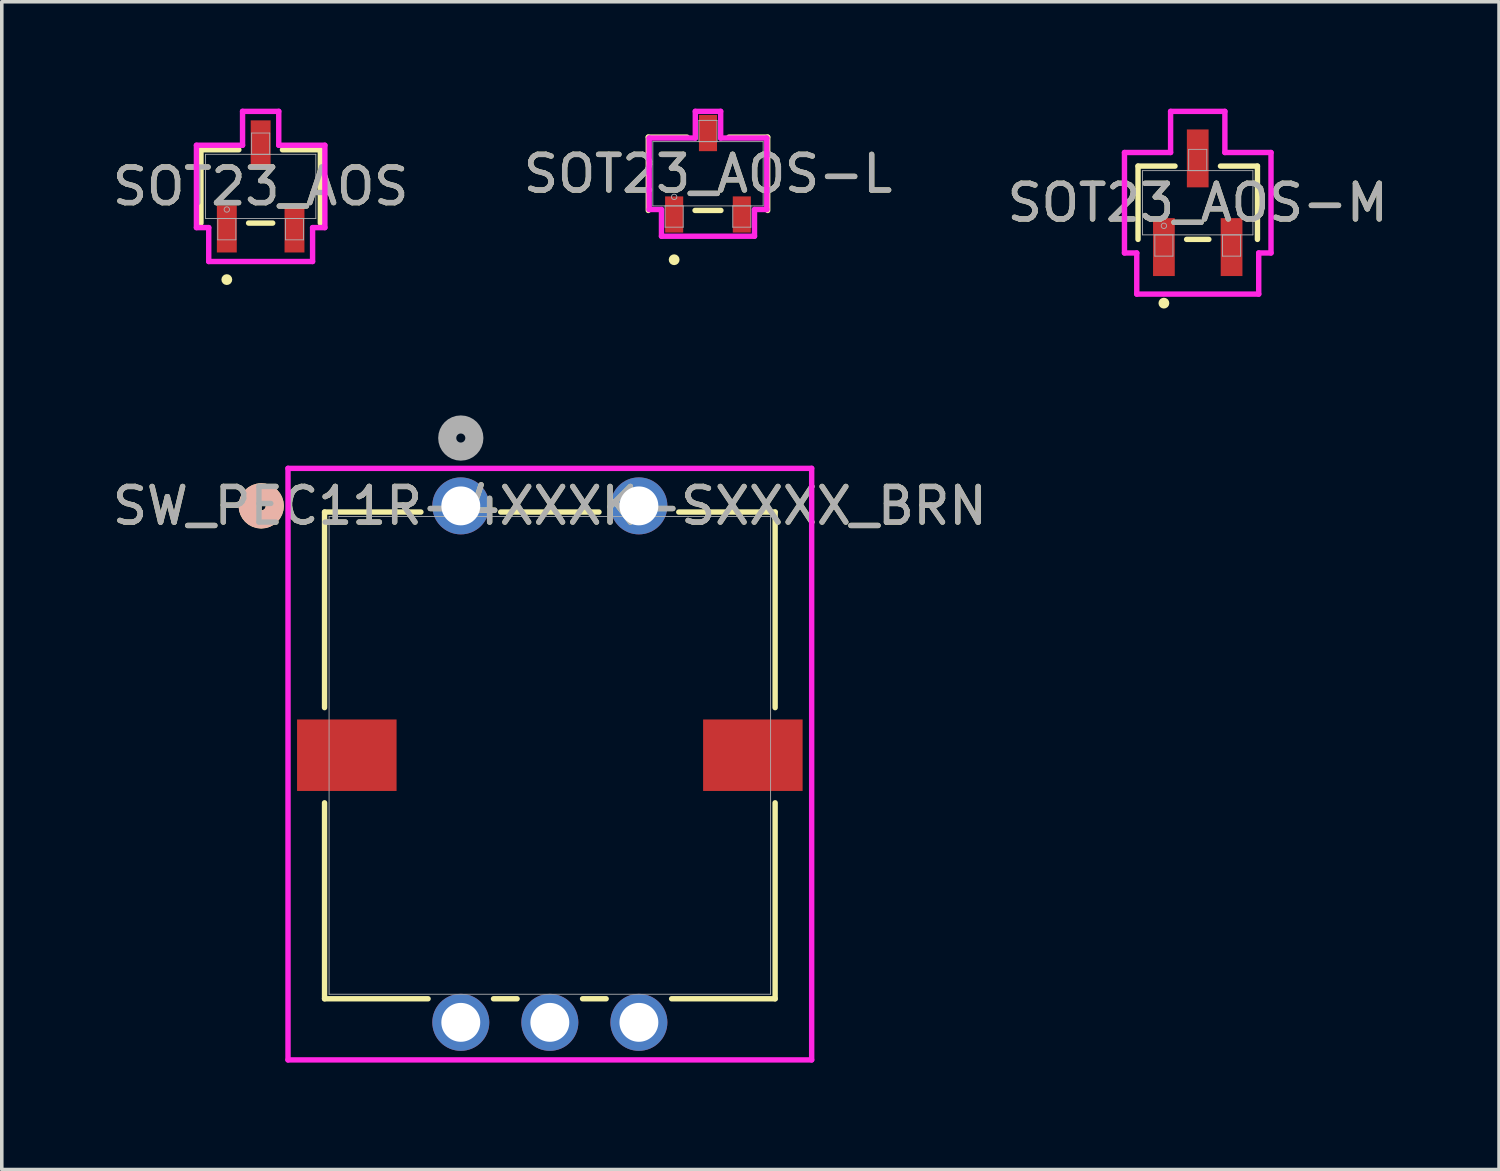
<source format=kicad_pcb>
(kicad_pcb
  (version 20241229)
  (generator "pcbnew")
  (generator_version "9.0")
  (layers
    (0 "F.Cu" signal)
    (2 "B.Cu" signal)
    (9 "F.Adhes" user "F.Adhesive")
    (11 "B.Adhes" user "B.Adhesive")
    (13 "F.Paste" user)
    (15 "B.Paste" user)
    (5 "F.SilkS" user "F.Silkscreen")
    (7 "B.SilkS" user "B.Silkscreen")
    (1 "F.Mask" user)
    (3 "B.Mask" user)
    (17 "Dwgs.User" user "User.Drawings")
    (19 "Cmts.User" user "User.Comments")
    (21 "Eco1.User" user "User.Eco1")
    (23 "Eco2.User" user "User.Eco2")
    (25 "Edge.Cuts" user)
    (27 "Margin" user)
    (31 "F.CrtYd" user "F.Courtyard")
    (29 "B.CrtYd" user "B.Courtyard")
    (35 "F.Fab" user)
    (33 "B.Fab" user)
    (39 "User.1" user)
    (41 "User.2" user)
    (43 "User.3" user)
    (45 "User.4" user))
  (footprint "SOT23_AOS"
    (layer "F.Cu")
    (at 4.268 2.184)
    (property "Reference" "SOT23_AOS" (at 0 0 0) (unlocked yes) (layer "F.SilkS") (effects (font (size 1 1) (thickness 0.15))))
    (attr smd)
    (fp_line (start -1.676 -1.029) (end -1.676 1.029) (stroke (width 0.152) (type solid)) (layer "F.SilkS"))
    (fp_line (start -0.612 -1.029) (end -1.676 -1.029) (stroke (width 0.152) (type solid)) (layer "F.SilkS"))
    (fp_line (start -0.338 1.029) (end 0.338 1.029) (stroke (width 0.152) (type solid)) (layer "F.SilkS"))
    (fp_line (start 1.676 -1.029) (end 0.612 -1.029) (stroke (width 0.152) (type solid)) (layer "F.SilkS"))
    (fp_line (start 1.676 1.029) (end 1.676 -1.029) (stroke (width 0.152) (type solid)) (layer "F.SilkS"))
    (fp_circle (center -0.95 2.616) (end -0.874 2.616) (stroke (width 0.152) (type solid)) (fill no) (layer "F.SilkS"))
    (fp_line (start -1.803 -1.156) (end -0.508 -1.156) (stroke (width 0.152) (type solid)) (layer "F.CrtYd"))
    (fp_line (start -1.803 1.156) (end -1.803 -1.156) (stroke (width 0.152) (type solid)) (layer "F.CrtYd"))
    (fp_line (start -1.803 1.156) (end -1.458 1.156) (stroke (width 0.152) (type solid)) (layer "F.CrtYd"))
    (fp_line (start -1.458 1.156) (end -1.458 2.108) (stroke (width 0.152) (type solid)) (layer "F.CrtYd"))
    (fp_line (start -1.458 2.108) (end 1.458 2.108) (stroke (width 0.152) (type solid)) (layer "F.CrtYd"))
    (fp_line (start -0.508 -2.108) (end 0.508 -2.108) (stroke (width 0.152) (type solid)) (layer "F.CrtYd"))
    (fp_line (start -0.508 -1.156) (end -0.508 -2.108) (stroke (width 0.152) (type solid)) (layer "F.CrtYd"))
    (fp_line (start 0.508 -1.156) (end 0.508 -2.108) (stroke (width 0.152) (type solid)) (layer "F.CrtYd"))
    (fp_line (start 1.458 1.156) (end 1.458 2.108) (stroke (width 0.152) (type solid)) (layer "F.CrtYd"))
    (fp_line (start 1.803 -1.156) (end 0.508 -1.156) (stroke (width 0.152) (type solid)) (layer "F.CrtYd"))
    (fp_line (start 1.803 -1.156) (end 1.803 1.156) (stroke (width 0.152) (type solid)) (layer "F.CrtYd"))
    (fp_line (start 1.803 1.156) (end 1.458 1.156) (stroke (width 0.152) (type solid)) (layer "F.CrtYd"))
    (fp_line (start -1.549 -0.902) (end -1.549 0.902) (stroke (width 0.025) (type solid)) (layer "F.Fab"))
    (fp_line (start -1.549 0.902) (end 1.549 0.902) (stroke (width 0.025) (type solid)) (layer "F.Fab"))
    (fp_line (start -1.204 0.902) (end -1.204 1.499) (stroke (width 0.025) (type solid)) (layer "F.Fab"))
    (fp_line (start -1.204 1.499) (end -0.696 1.499) (stroke (width 0.025) (type solid)) (layer "F.Fab"))
    (fp_line (start -0.696 0.902) (end -1.204 0.902) (stroke (width 0.025) (type solid)) (layer "F.Fab"))
    (fp_line (start -0.696 1.499) (end -0.696 0.902) (stroke (width 0.025) (type solid)) (layer "F.Fab"))
    (fp_line (start -0.254 -1.499) (end -0.254 -0.902) (stroke (width 0.025) (type solid)) (layer "F.Fab"))
    (fp_line (start -0.254 -0.902) (end 0.254 -0.902) (stroke (width 0.025) (type solid)) (layer "F.Fab"))
    (fp_line (start 0.254 -1.499) (end -0.254 -1.499) (stroke (width 0.025) (type solid)) (layer "F.Fab"))
    (fp_line (start 0.254 -0.902) (end 0.254 -1.499) (stroke (width 0.025) (type solid)) (layer "F.Fab"))
    (fp_line (start 0.696 0.902) (end 0.696 1.499) (stroke (width 0.025) (type solid)) (layer "F.Fab"))
    (fp_line (start 0.696 1.499) (end 1.204 1.499) (stroke (width 0.025) (type solid)) (layer "F.Fab"))
    (fp_line (start 1.204 0.902) (end 0.696 0.902) (stroke (width 0.025) (type solid)) (layer "F.Fab"))
    (fp_line (start 1.204 1.499) (end 1.204 0.902) (stroke (width 0.025) (type solid)) (layer "F.Fab"))
    (fp_line (start 1.549 -0.902) (end -1.549 -0.902) (stroke (width 0.025) (type solid)) (layer "F.Fab"))
    (fp_line (start 1.549 0.902) (end 1.549 -0.902) (stroke (width 0.025) (type solid)) (layer "F.Fab"))
    (fp_circle (center -0.95 0.648) (end -0.874 0.648) (stroke (width 0.025) (type solid)) (fill no) (layer "F.Fab"))
    (fp_text user "${REFERENCE}" (at 0 0 0) (unlocked yes) (layer "F.Fab") (effects (font (size 1 1) (thickness 0.15))))
    (pad "1" smd rect (at -0.95 1.194) (size 0.559 1.321) (layers "F.Cu" "F.Mask" "F.Paste"))
    (pad "2" smd rect (at 0.95 1.194) (size 0.559 1.321) (layers "F.Cu" "F.Mask" "F.Paste"))
    (pad "3" smd rect (at 0 -1.194) (size 0.559 1.321) (layers "F.Cu" "F.Mask" "F.Paste")))
  (footprint "SOT23_AOS-L"
    (layer "F.Cu")
    (at 16.827 1.829)
    (property "Reference" "SOT23_AOS-L" (at 0 0 0) (unlocked yes) (layer "F.SilkS") (effects (font (size 1 1) (thickness 0.15))))
    (attr smd)
    (fp_line (start -1.676 -1.029) (end -1.676 1.029) (stroke (width 0.152) (type solid)) (layer "F.SilkS"))
    (fp_line (start -0.587 -1.029) (end -1.676 -1.029) (stroke (width 0.152) (type solid)) (layer "F.SilkS"))
    (fp_line (start -0.363 1.029) (end 0.363 1.029) (stroke (width 0.152) (type solid)) (layer "F.SilkS"))
    (fp_line (start 1.676 -1.029) (end 0.587 -1.029) (stroke (width 0.152) (type solid)) (layer "F.SilkS"))
    (fp_line (start 1.676 1.029) (end 1.676 -1.029) (stroke (width 0.152) (type solid)) (layer "F.SilkS"))
    (fp_circle (center -0.95 2.413) (end -0.874 2.413) (stroke (width 0.152) (type solid)) (fill no) (layer "F.SilkS"))
    (fp_line (start -1.651 -1.003) (end -0.356 -1.003) (stroke (width 0.152) (type solid)) (layer "F.CrtYd"))
    (fp_line (start -1.651 1.003) (end -1.651 -1.003) (stroke (width 0.152) (type solid)) (layer "F.CrtYd"))
    (fp_line (start -1.651 1.003) (end -1.306 1.003) (stroke (width 0.152) (type solid)) (layer "F.CrtYd"))
    (fp_line (start -1.306 1.003) (end -1.306 1.753) (stroke (width 0.152) (type solid)) (layer "F.CrtYd"))
    (fp_line (start -1.306 1.753) (end 1.306 1.753) (stroke (width 0.152) (type solid)) (layer "F.CrtYd"))
    (fp_line (start -0.356 -1.753) (end 0.356 -1.753) (stroke (width 0.152) (type solid)) (layer "F.CrtYd"))
    (fp_line (start -0.356 -1.003) (end -0.356 -1.753) (stroke (width 0.152) (type solid)) (layer "F.CrtYd"))
    (fp_line (start 0.356 -1.003) (end 0.356 -1.753) (stroke (width 0.152) (type solid)) (layer "F.CrtYd"))
    (fp_line (start 1.306 1.003) (end 1.306 1.753) (stroke (width 0.152) (type solid)) (layer "F.CrtYd"))
    (fp_line (start 1.651 -1.003) (end 0.356 -1.003) (stroke (width 0.152) (type solid)) (layer "F.CrtYd"))
    (fp_line (start 1.651 -1.003) (end 1.651 1.003) (stroke (width 0.152) (type solid)) (layer "F.CrtYd"))
    (fp_line (start 1.651 1.003) (end 1.306 1.003) (stroke (width 0.152) (type solid)) (layer "F.CrtYd"))
    (fp_line (start -1.549 -0.902) (end -1.549 0.902) (stroke (width 0.025) (type solid)) (layer "F.Fab"))
    (fp_line (start -1.549 0.902) (end 1.549 0.902) (stroke (width 0.025) (type solid)) (layer "F.Fab"))
    (fp_line (start -1.204 0.902) (end -1.204 1.499) (stroke (width 0.025) (type solid)) (layer "F.Fab"))
    (fp_line (start -1.204 1.499) (end -0.696 1.499) (stroke (width 0.025) (type solid)) (layer "F.Fab"))
    (fp_line (start -0.696 0.902) (end -1.204 0.902) (stroke (width 0.025) (type solid)) (layer "F.Fab"))
    (fp_line (start -0.696 1.499) (end -0.696 0.902) (stroke (width 0.025) (type solid)) (layer "F.Fab"))
    (fp_line (start -0.254 -1.499) (end -0.254 -0.902) (stroke (width 0.025) (type solid)) (layer "F.Fab"))
    (fp_line (start -0.254 -0.902) (end 0.254 -0.902) (stroke (width 0.025) (type solid)) (layer "F.Fab"))
    (fp_line (start 0.254 -1.499) (end -0.254 -1.499) (stroke (width 0.025) (type solid)) (layer "F.Fab"))
    (fp_line (start 0.254 -0.902) (end 0.254 -1.499) (stroke (width 0.025) (type solid)) (layer "F.Fab"))
    (fp_line (start 0.696 0.902) (end 0.696 1.499) (stroke (width 0.025) (type solid)) (layer "F.Fab"))
    (fp_line (start 0.696 1.499) (end 1.204 1.499) (stroke (width 0.025) (type solid)) (layer "F.Fab"))
    (fp_line (start 1.204 0.902) (end 0.696 0.902) (stroke (width 0.025) (type solid)) (layer "F.Fab"))
    (fp_line (start 1.204 1.499) (end 1.204 0.902) (stroke (width 0.025) (type solid)) (layer "F.Fab"))
    (fp_line (start 1.549 -0.902) (end -1.549 -0.902) (stroke (width 0.025) (type solid)) (layer "F.Fab"))
    (fp_line (start 1.549 0.902) (end 1.549 -0.902) (stroke (width 0.025) (type solid)) (layer "F.Fab"))
    (fp_circle (center -0.95 0.648) (end -0.874 0.648) (stroke (width 0.025) (type solid)) (fill no) (layer "F.Fab"))
    (fp_text user "${REFERENCE}" (at 0 0 0) (unlocked yes) (layer "F.Fab") (effects (font (size 1 1) (thickness 0.15))))
    (pad "1" smd rect (at -0.95 1.143) (size 0.508 1.016) (layers "F.Cu" "F.Mask" "F.Paste"))
    (pad "2" smd rect (at 0.95 1.143) (size 0.508 1.016) (layers "F.Cu" "F.Mask" "F.Paste"))
    (pad "3" smd rect (at 0 -1.143) (size 0.508 1.016) (layers "F.Cu" "F.Mask" "F.Paste")))
  (footprint "SOT23_AOS-M"
    (layer "F.Cu")
    (at 30.577 2.642)
    (property "Reference" "SOT23_AOS-M" (at 0 0 0) (unlocked yes) (layer "F.SilkS") (effects (font (size 1 1) (thickness 0.15))))
    (attr smd)
    (fp_line (start -1.676 -1.029) (end -1.676 1.029) (stroke (width 0.152) (type solid)) (layer "F.SilkS"))
    (fp_line (start -0.638 -1.029) (end -1.676 -1.029) (stroke (width 0.152) (type solid)) (layer "F.SilkS"))
    (fp_line (start -0.312 1.029) (end 0.312 1.029) (stroke (width 0.152) (type solid)) (layer "F.SilkS"))
    (fp_line (start 1.676 -1.029) (end 0.638 -1.029) (stroke (width 0.152) (type solid)) (layer "F.SilkS"))
    (fp_line (start 1.676 1.029) (end 1.676 -1.029) (stroke (width 0.152) (type solid)) (layer "F.SilkS"))
    (fp_circle (center -0.95 2.819) (end -0.874 2.819) (stroke (width 0.152) (type solid)) (fill no) (layer "F.SilkS"))
    (fp_line (start -2.057 -1.41) (end -0.762 -1.41) (stroke (width 0.152) (type solid)) (layer "F.CrtYd"))
    (fp_line (start -2.057 1.41) (end -2.057 -1.41) (stroke (width 0.152) (type solid)) (layer "F.CrtYd"))
    (fp_line (start -2.057 1.41) (end -1.712 1.41) (stroke (width 0.152) (type solid)) (layer "F.CrtYd"))
    (fp_line (start -1.712 1.41) (end -1.712 2.565) (stroke (width 0.152) (type solid)) (layer "F.CrtYd"))
    (fp_line (start -1.712 2.565) (end 1.712 2.565) (stroke (width 0.152) (type solid)) (layer "F.CrtYd"))
    (fp_line (start -0.762 -2.565) (end 0.762 -2.565) (stroke (width 0.152) (type solid)) (layer "F.CrtYd"))
    (fp_line (start -0.762 -1.41) (end -0.762 -2.565) (stroke (width 0.152) (type solid)) (layer "F.CrtYd"))
    (fp_line (start 0.762 -1.41) (end 0.762 -2.565) (stroke (width 0.152) (type solid)) (layer "F.CrtYd"))
    (fp_line (start 1.712 1.41) (end 1.712 2.565) (stroke (width 0.152) (type solid)) (layer "F.CrtYd"))
    (fp_line (start 2.057 -1.41) (end 0.762 -1.41) (stroke (width 0.152) (type solid)) (layer "F.CrtYd"))
    (fp_line (start 2.057 -1.41) (end 2.057 1.41) (stroke (width 0.152) (type solid)) (layer "F.CrtYd"))
    (fp_line (start 2.057 1.41) (end 1.712 1.41) (stroke (width 0.152) (type solid)) (layer "F.CrtYd"))
    (fp_line (start -1.549 -0.902) (end -1.549 0.902) (stroke (width 0.025) (type solid)) (layer "F.Fab"))
    (fp_line (start -1.549 0.902) (end 1.549 0.902) (stroke (width 0.025) (type solid)) (layer "F.Fab"))
    (fp_line (start -1.204 0.902) (end -1.204 1.499) (stroke (width 0.025) (type solid)) (layer "F.Fab"))
    (fp_line (start -1.204 1.499) (end -0.696 1.499) (stroke (width 0.025) (type solid)) (layer "F.Fab"))
    (fp_line (start -0.696 0.902) (end -1.204 0.902) (stroke (width 0.025) (type solid)) (layer "F.Fab"))
    (fp_line (start -0.696 1.499) (end -0.696 0.902) (stroke (width 0.025) (type solid)) (layer "F.Fab"))
    (fp_line (start -0.254 -1.499) (end -0.254 -0.902) (stroke (width 0.025) (type solid)) (layer "F.Fab"))
    (fp_line (start -0.254 -0.902) (end 0.254 -0.902) (stroke (width 0.025) (type solid)) (layer "F.Fab"))
    (fp_line (start 0.254 -1.499) (end -0.254 -1.499) (stroke (width 0.025) (type solid)) (layer "F.Fab"))
    (fp_line (start 0.254 -0.902) (end 0.254 -1.499) (stroke (width 0.025) (type solid)) (layer "F.Fab"))
    (fp_line (start 0.696 0.902) (end 0.696 1.499) (stroke (width 0.025) (type solid)) (layer "F.Fab"))
    (fp_line (start 0.696 1.499) (end 1.204 1.499) (stroke (width 0.025) (type solid)) (layer "F.Fab"))
    (fp_line (start 1.204 0.902) (end 0.696 0.902) (stroke (width 0.025) (type solid)) (layer "F.Fab"))
    (fp_line (start 1.204 1.499) (end 1.204 0.902) (stroke (width 0.025) (type solid)) (layer "F.Fab"))
    (fp_line (start 1.549 -0.902) (end -1.549 -0.902) (stroke (width 0.025) (type solid)) (layer "F.Fab"))
    (fp_line (start 1.549 0.902) (end 1.549 -0.902) (stroke (width 0.025) (type solid)) (layer "F.Fab"))
    (fp_circle (center -0.95 0.648) (end -0.874 0.648) (stroke (width 0.025) (type solid)) (fill no) (layer "F.Fab"))
    (fp_text user "${REFERENCE}" (at 0 0 0) (unlocked yes) (layer "F.Fab") (effects (font (size 1 1) (thickness 0.15))))
    (pad "1" smd rect (at -0.95 1.245) (size 0.61 1.626) (layers "F.Cu" "F.Mask" "F.Paste"))
    (pad "2" smd rect (at 0.95 1.245) (size 0.61 1.626) (layers "F.Cu" "F.Mask" "F.Paste"))
    (pad "3" smd rect (at 0 -1.245) (size 0.61 1.626) (layers "F.Cu" "F.Mask" "F.Paste")))
  (footprint "SW_PEC11R-4XXXK-SXXXX_BRN"
    (layer "F.Cu")
    (at 9.887 11.153)
    (property "Reference" "SW_PEC11R-4XXXK-SXXXX_BRN" (at 2.5 0 0) (unlocked yes) (layer "F.SilkS") (effects (font (size 1 1) (thickness 0.15))))
    (attr through_hole)
    (fp_line (start -3.825 0.173) (end -3.825 5.664) (stroke (width 0.152) (type solid)) (layer "F.SilkS"))
    (fp_line (start -3.825 8.336) (end -3.825 13.838) (stroke (width 0.152) (type solid)) (layer "F.SilkS"))
    (fp_line (start -3.825 13.838) (end -0.919 13.838) (stroke (width 0.152) (type solid)) (layer "F.SilkS"))
    (fp_line (start -1.12 0.173) (end -3.825 0.173) (stroke (width 0.152) (type solid)) (layer "F.SilkS"))
    (fp_line (start 0.919 13.838) (end 1.581 13.838) (stroke (width 0.152) (type solid)) (layer "F.SilkS"))
    (fp_line (start 3.419 13.838) (end 4.081 13.838) (stroke (width 0.152) (type solid)) (layer "F.SilkS"))
    (fp_line (start 3.88 0.173) (end 1.12 0.173) (stroke (width 0.152) (type solid)) (layer "F.SilkS"))
    (fp_line (start 5.919 13.838) (end 8.825 13.838) (stroke (width 0.152) (type solid)) (layer "F.SilkS"))
    (fp_line (start 8.825 0.173) (end 6.12 0.173) (stroke (width 0.152) (type solid)) (layer "F.SilkS"))
    (fp_line (start 8.825 5.664) (end 8.825 0.173) (stroke (width 0.152) (type solid)) (layer "F.SilkS"))
    (fp_line (start 8.825 13.838) (end 8.825 8.336) (stroke (width 0.152) (type solid)) (layer "F.SilkS"))
    (fp_circle (center -5.603 0) (end -5.222 0) (stroke (width 0.508) (type solid)) (fill no) (layer "F.SilkS"))
    (fp_circle (center -5.603 0) (end -5.222 0) (stroke (width 0.508) (type solid)) (fill no) (layer "B.SilkS"))
    (fp_line (start -4.851 -1.054) (end -4.851 15.554) (stroke (width 0.152) (type solid)) (layer "F.CrtYd"))
    (fp_line (start -4.851 15.554) (end 9.851 15.554) (stroke (width 0.152) (type solid)) (layer "F.CrtYd"))
    (fp_line (start 9.851 -1.054) (end -4.851 -1.054) (stroke (width 0.152) (type solid)) (layer "F.CrtYd"))
    (fp_line (start 9.851 15.554) (end 9.851 -1.054) (stroke (width 0.152) (type solid)) (layer "F.CrtYd"))
    (fp_line (start -3.698 0.3) (end -3.698 13.711) (stroke (width 0.025) (type solid)) (layer "F.Fab"))
    (fp_line (start -3.698 13.711) (end 8.698 13.711) (stroke (width 0.025) (type solid)) (layer "F.Fab"))
    (fp_line (start 8.698 0.3) (end -3.698 0.3) (stroke (width 0.025) (type solid)) (layer "F.Fab"))
    (fp_line (start 8.698 13.711) (end 8.698 0.3) (stroke (width 0.025) (type solid)) (layer "F.Fab"))
    (fp_circle (center 0 -1.905) (end 0.381 -1.905) (stroke (width 0.508) (type solid)) (fill no) (layer "F.Fab"))
    (fp_text user "${REFERENCE}" (at 2.5 0 0) (unlocked yes) (layer "F.Fab") (effects (font (size 1 1) (thickness 0.15))))
    (pad "1" thru_hole circle (at 0 0) (size 1.6 1.6) (drill 1.092) (layers "*.Cu" "*.Mask"))
    (pad "2" thru_hole circle (at 5 0) (size 1.6 1.6) (drill 1.092) (layers "*.Cu" "*.Mask"))
    (pad "3" thru_hole circle (at 0 14.5) (size 1.6 1.6) (drill 1.092) (layers "*.Cu" "*.Mask"))
    (pad "4" thru_hole circle (at 2.5 14.5) (size 1.6 1.6) (drill 1.092) (layers "*.Cu" "*.Mask"))
    (pad "5" thru_hole circle (at 5 14.5) (size 1.6 1.6) (drill 1.092) (layers "*.Cu" "*.Mask"))
    (pad "6" smd rect (at 8.2 7) (size 2.794 2.007) (layers "F.Cu" "F.Mask" "F.Paste"))
    (pad "7" smd rect (at -3.2 7) (size 2.794 2.007) (layers "F.Cu" "F.Mask" "F.Paste")))
  (gr_rect
    (start -3 -3)
    (end 39.036 29.784)
    (stroke (width 0.1) (type default))
    (fill no)
    (layer "Edge.Cuts")))
</source>
